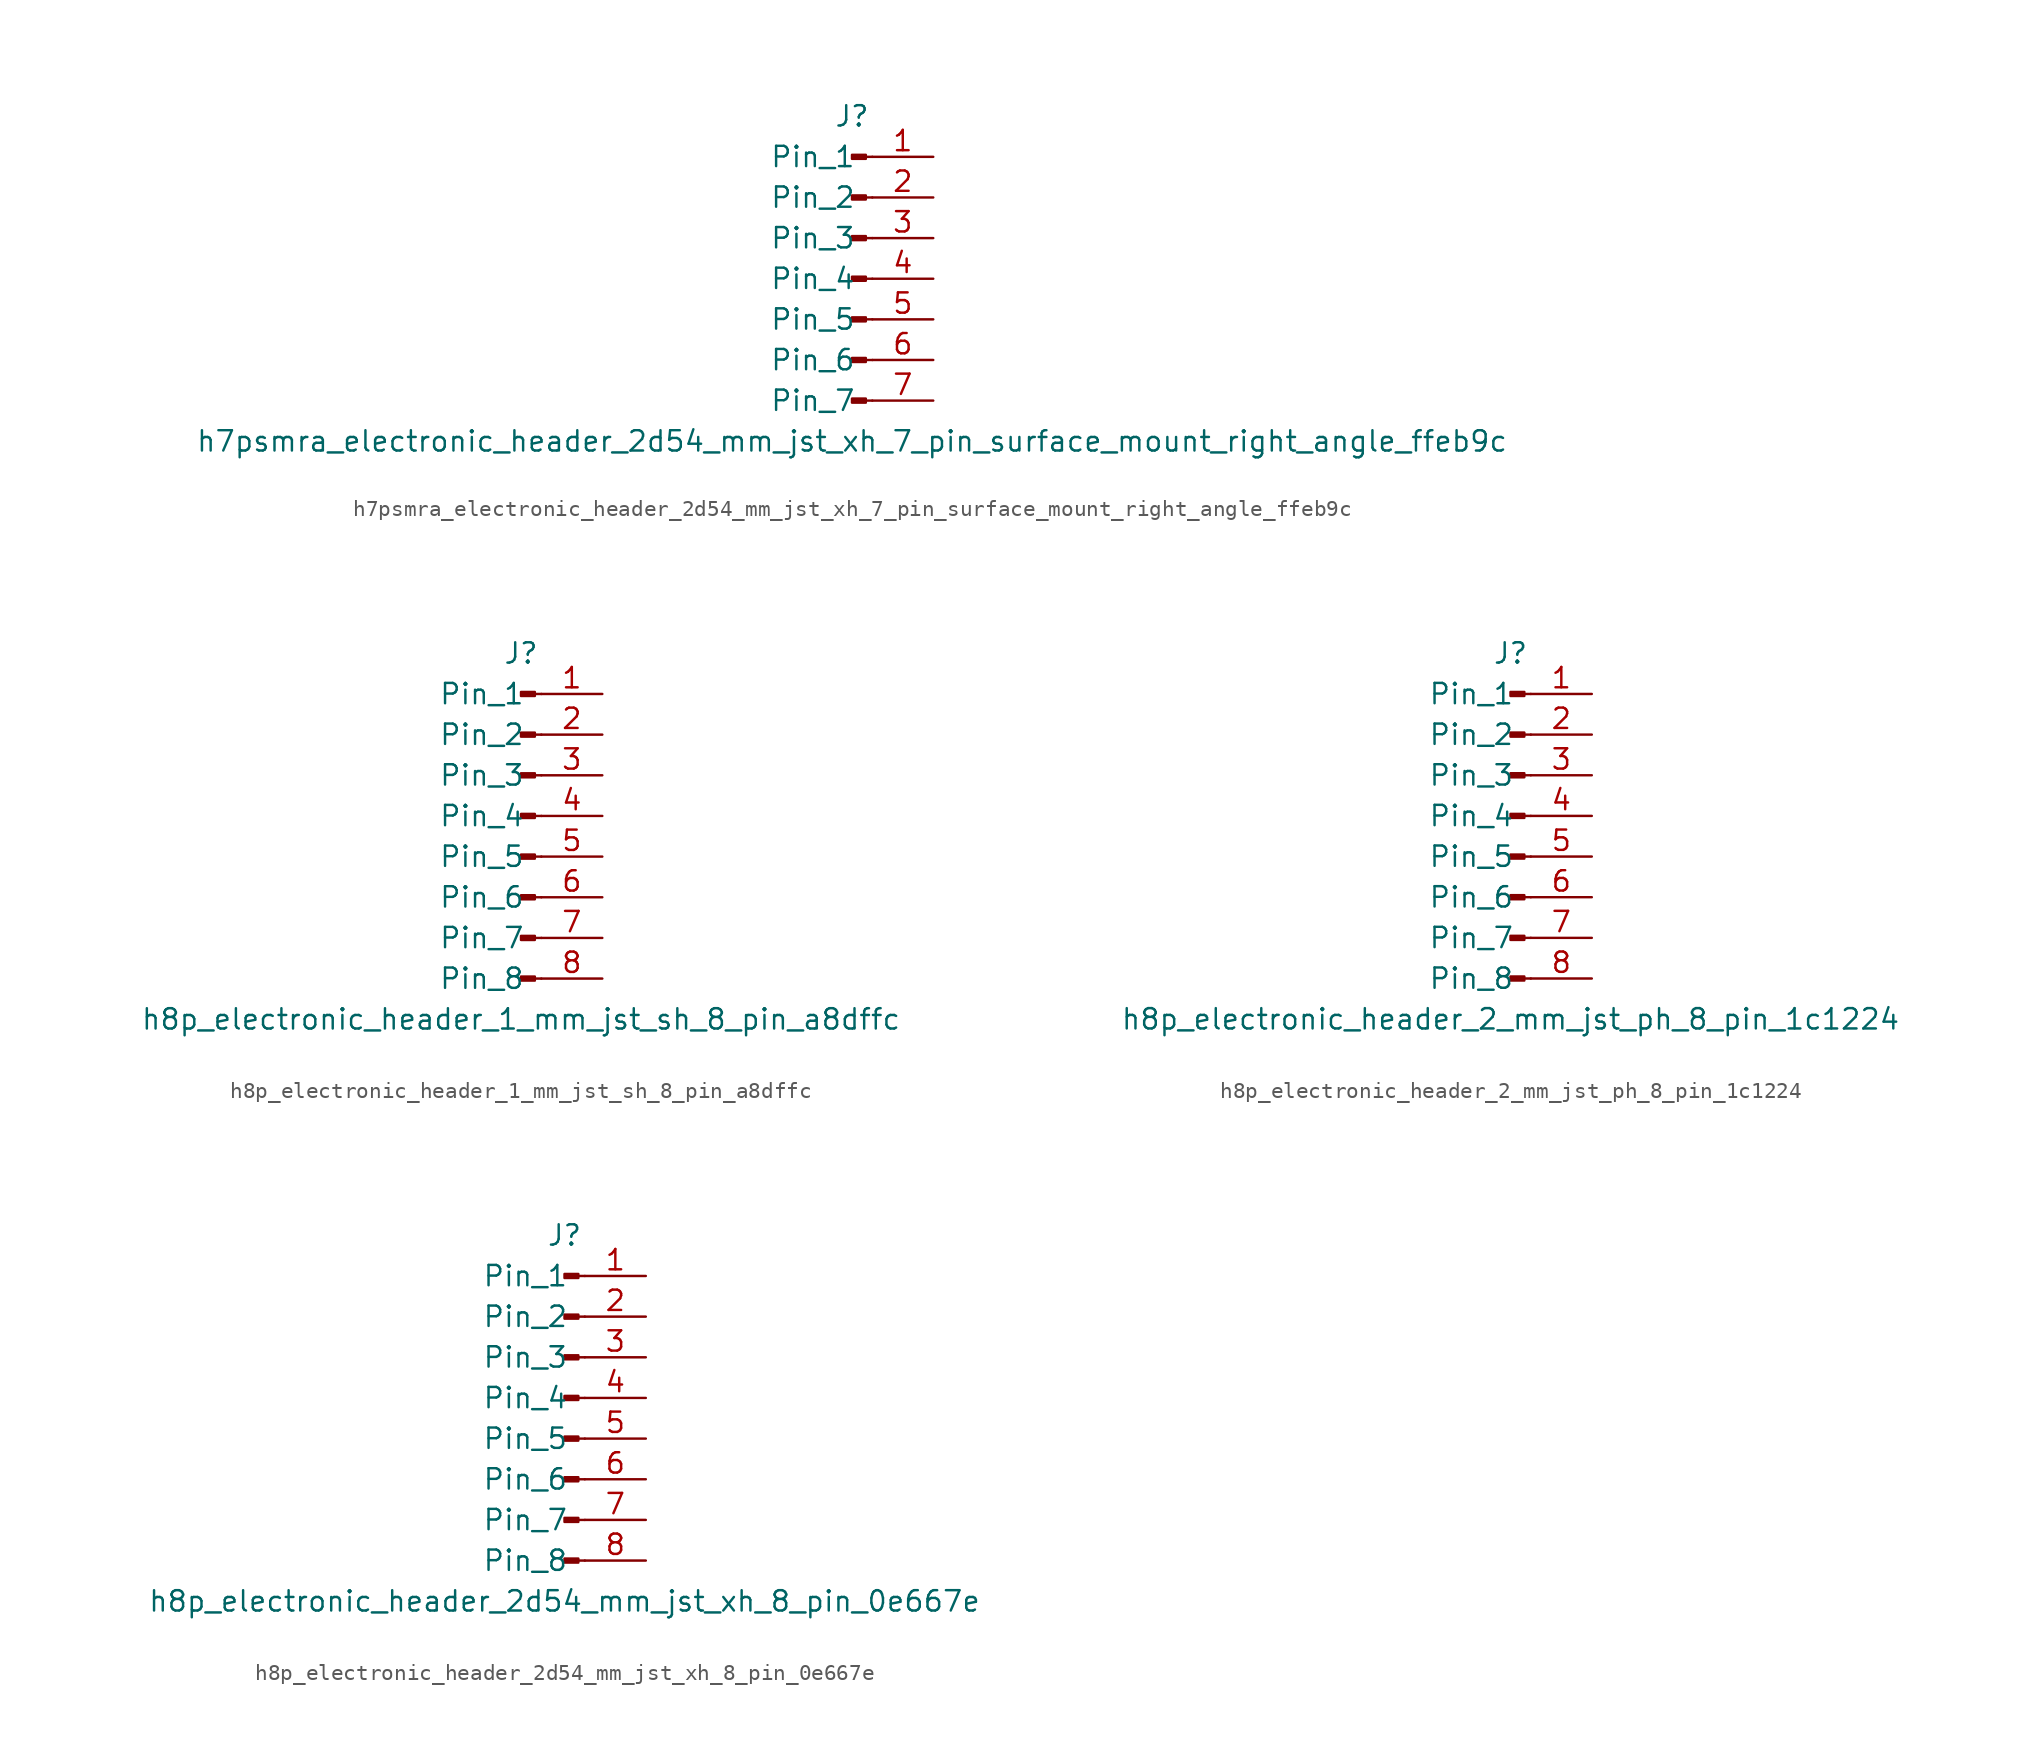
<source format=kicad_sym>
(kicad_symbol_lib
  (version 20220914)
  (generator kicad_symbol_editor)
  (symbol "h7psmra_electronic_header_2d54_mm_jst_xh_7_pin_surface_mount_right_angle_ffeb9c"
    (pin_names
      (offset 1.016))
    (property "Reference" "J"
      (at 0 10.16 0)
      (effects (font (size 1.27 1.27))))
    (property "Value" "h7psmra_electronic_header_2d54_mm_jst_xh_7_pin_surface_mount_right_angle_ffeb9c"
      (at 0 -10.16 0)
      (effects (font (size 1.27 1.27))))
    (property "ki_locked" ""
      (at 0 0 0)
      (effects (font (size 1.27 1.27))))
    (symbol "h7psmra_electronic_header_2d54_mm_jst_xh_7_pin_surface_mount_right_angle_ffeb9c_1_1"
      (polyline (pts (xy 1.27 -7.62) (xy 0.864 -7.62)) (stroke (width 0.152) (type default)) (fill (type none)))
      (polyline (pts (xy 1.27 -5.08) (xy 0.864 -5.08)) (stroke (width 0.152) (type default)) (fill (type none)))
      (polyline (pts (xy 1.27 -2.54) (xy 0.864 -2.54)) (stroke (width 0.152) (type default)) (fill (type none)))
      (polyline (pts (xy 1.27 0) (xy 0.864 0)) (stroke (width 0.152) (type default)) (fill (type none)))
      (polyline (pts (xy 1.27 2.54) (xy 0.864 2.54)) (stroke (width 0.152) (type default)) (fill (type none)))
      (polyline (pts (xy 1.27 5.08) (xy 0.864 5.08)) (stroke (width 0.152) (type default)) (fill (type none)))
      (polyline (pts (xy 1.27 7.62) (xy 0.864 7.62)) (stroke (width 0.152) (type default)) (fill (type none)))
      (rectangle (start 0.864 -7.493) (end 0 -7.747) (stroke (width 0.152) (type default)) (fill (type outline)))
      (rectangle (start 0.864 -4.953) (end 0 -5.207) (stroke (width 0.152) (type default)) (fill (type outline)))
      (rectangle (start 0.864 -2.413) (end 0 -2.667) (stroke (width 0.152) (type default)) (fill (type outline)))
      (rectangle (start 0.864 0.127) (end 0 -0.127) (stroke (width 0.152) (type default)) (fill (type outline)))
      (rectangle (start 0.864 2.667) (end 0 2.413) (stroke (width 0.152) (type default)) (fill (type outline)))
      (rectangle (start 0.864 5.207) (end 0 4.953) (stroke (width 0.152) (type default)) (fill (type outline)))
      (rectangle (start 0.864 7.747) (end 0 7.493) (stroke (width 0.152) (type default)) (fill (type outline)))
      (pin passive line (at 5.08 7.62 180) (length 3.81) (name "Pin_1" (effects (font (size 1.27 1.27)))) (number "1" (effects (font (size 1.27 1.27)))))
      (pin passive line (at 5.08 5.08 180) (length 3.81) (name "Pin_2" (effects (font (size 1.27 1.27)))) (number "2" (effects (font (size 1.27 1.27)))))
      (pin passive line (at 5.08 2.54 180) (length 3.81) (name "Pin_3" (effects (font (size 1.27 1.27)))) (number "3" (effects (font (size 1.27 1.27)))))
      (pin passive line (at 5.08 0 180) (length 3.81) (name "Pin_4" (effects (font (size 1.27 1.27)))) (number "4" (effects (font (size 1.27 1.27)))))
      (pin passive line (at 5.08 -2.54 180) (length 3.81) (name "Pin_5" (effects (font (size 1.27 1.27)))) (number "5" (effects (font (size 1.27 1.27)))))
      (pin passive line (at 5.08 -5.08 180) (length 3.81) (name "Pin_6" (effects (font (size 1.27 1.27)))) (number "6" (effects (font (size 1.27 1.27)))))
      (pin passive line (at 5.08 -7.62 180) (length 3.81) (name "Pin_7" (effects (font (size 1.27 1.27)))) (number "7" (effects (font (size 1.27 1.27)))))))
  (symbol "h8p_electronic_header_1_mm_jst_sh_8_pin_a8dffc"
    (pin_names
      (offset 1.016))
    (property "Reference" "J"
      (at 0 10.16 0)
      (effects (font (size 1.27 1.27))))
    (property "Value" "h8p_electronic_header_1_mm_jst_sh_8_pin_a8dffc"
      (at 0 -12.7 0)
      (effects (font (size 1.27 1.27))))
    (property "ki_locked" ""
      (at 0 0 0)
      (effects (font (size 1.27 1.27))))
    (symbol "h8p_electronic_header_1_mm_jst_sh_8_pin_a8dffc_1_1"
      (polyline (pts (xy 1.27 -10.16) (xy 0.864 -10.16)) (stroke (width 0.152) (type default)) (fill (type none)))
      (polyline (pts (xy 1.27 -7.62) (xy 0.864 -7.62)) (stroke (width 0.152) (type default)) (fill (type none)))
      (polyline (pts (xy 1.27 -5.08) (xy 0.864 -5.08)) (stroke (width 0.152) (type default)) (fill (type none)))
      (polyline (pts (xy 1.27 -2.54) (xy 0.864 -2.54)) (stroke (width 0.152) (type default)) (fill (type none)))
      (polyline (pts (xy 1.27 0) (xy 0.864 0)) (stroke (width 0.152) (type default)) (fill (type none)))
      (polyline (pts (xy 1.27 2.54) (xy 0.864 2.54)) (stroke (width 0.152) (type default)) (fill (type none)))
      (polyline (pts (xy 1.27 5.08) (xy 0.864 5.08)) (stroke (width 0.152) (type default)) (fill (type none)))
      (polyline (pts (xy 1.27 7.62) (xy 0.864 7.62)) (stroke (width 0.152) (type default)) (fill (type none)))
      (rectangle (start 0.864 -10.033) (end 0 -10.287) (stroke (width 0.152) (type default)) (fill (type outline)))
      (rectangle (start 0.864 -7.493) (end 0 -7.747) (stroke (width 0.152) (type default)) (fill (type outline)))
      (rectangle (start 0.864 -4.953) (end 0 -5.207) (stroke (width 0.152) (type default)) (fill (type outline)))
      (rectangle (start 0.864 -2.413) (end 0 -2.667) (stroke (width 0.152) (type default)) (fill (type outline)))
      (rectangle (start 0.864 0.127) (end 0 -0.127) (stroke (width 0.152) (type default)) (fill (type outline)))
      (rectangle (start 0.864 2.667) (end 0 2.413) (stroke (width 0.152) (type default)) (fill (type outline)))
      (rectangle (start 0.864 5.207) (end 0 4.953) (stroke (width 0.152) (type default)) (fill (type outline)))
      (rectangle (start 0.864 7.747) (end 0 7.493) (stroke (width 0.152) (type default)) (fill (type outline)))
      (pin passive line (at 5.08 7.62 180) (length 3.81) (name "Pin_1" (effects (font (size 1.27 1.27)))) (number "1" (effects (font (size 1.27 1.27)))))
      (pin passive line (at 5.08 5.08 180) (length 3.81) (name "Pin_2" (effects (font (size 1.27 1.27)))) (number "2" (effects (font (size 1.27 1.27)))))
      (pin passive line (at 5.08 2.54 180) (length 3.81) (name "Pin_3" (effects (font (size 1.27 1.27)))) (number "3" (effects (font (size 1.27 1.27)))))
      (pin passive line (at 5.08 0 180) (length 3.81) (name "Pin_4" (effects (font (size 1.27 1.27)))) (number "4" (effects (font (size 1.27 1.27)))))
      (pin passive line (at 5.08 -2.54 180) (length 3.81) (name "Pin_5" (effects (font (size 1.27 1.27)))) (number "5" (effects (font (size 1.27 1.27)))))
      (pin passive line (at 5.08 -5.08 180) (length 3.81) (name "Pin_6" (effects (font (size 1.27 1.27)))) (number "6" (effects (font (size 1.27 1.27)))))
      (pin passive line (at 5.08 -7.62 180) (length 3.81) (name "Pin_7" (effects (font (size 1.27 1.27)))) (number "7" (effects (font (size 1.27 1.27)))))
      (pin passive line (at 5.08 -10.16 180) (length 3.81) (name "Pin_8" (effects (font (size 1.27 1.27)))) (number "8" (effects (font (size 1.27 1.27)))))))
  (symbol "h8p_electronic_header_2_mm_jst_ph_8_pin_1c1224"
    (pin_names
      (offset 1.016))
    (property "Reference" "J"
      (at 0 10.16 0)
      (effects (font (size 1.27 1.27))))
    (property "Value" "h8p_electronic_header_2_mm_jst_ph_8_pin_1c1224"
      (at 0 -12.7 0)
      (effects (font (size 1.27 1.27))))
    (property "ki_locked" ""
      (at 0 0 0)
      (effects (font (size 1.27 1.27))))
    (symbol "h8p_electronic_header_2_mm_jst_ph_8_pin_1c1224_1_1"
      (polyline (pts (xy 1.27 -10.16) (xy 0.864 -10.16)) (stroke (width 0.152) (type default)) (fill (type none)))
      (polyline (pts (xy 1.27 -7.62) (xy 0.864 -7.62)) (stroke (width 0.152) (type default)) (fill (type none)))
      (polyline (pts (xy 1.27 -5.08) (xy 0.864 -5.08)) (stroke (width 0.152) (type default)) (fill (type none)))
      (polyline (pts (xy 1.27 -2.54) (xy 0.864 -2.54)) (stroke (width 0.152) (type default)) (fill (type none)))
      (polyline (pts (xy 1.27 0) (xy 0.864 0)) (stroke (width 0.152) (type default)) (fill (type none)))
      (polyline (pts (xy 1.27 2.54) (xy 0.864 2.54)) (stroke (width 0.152) (type default)) (fill (type none)))
      (polyline (pts (xy 1.27 5.08) (xy 0.864 5.08)) (stroke (width 0.152) (type default)) (fill (type none)))
      (polyline (pts (xy 1.27 7.62) (xy 0.864 7.62)) (stroke (width 0.152) (type default)) (fill (type none)))
      (rectangle (start 0.864 -10.033) (end 0 -10.287) (stroke (width 0.152) (type default)) (fill (type outline)))
      (rectangle (start 0.864 -7.493) (end 0 -7.747) (stroke (width 0.152) (type default)) (fill (type outline)))
      (rectangle (start 0.864 -4.953) (end 0 -5.207) (stroke (width 0.152) (type default)) (fill (type outline)))
      (rectangle (start 0.864 -2.413) (end 0 -2.667) (stroke (width 0.152) (type default)) (fill (type outline)))
      (rectangle (start 0.864 0.127) (end 0 -0.127) (stroke (width 0.152) (type default)) (fill (type outline)))
      (rectangle (start 0.864 2.667) (end 0 2.413) (stroke (width 0.152) (type default)) (fill (type outline)))
      (rectangle (start 0.864 5.207) (end 0 4.953) (stroke (width 0.152) (type default)) (fill (type outline)))
      (rectangle (start 0.864 7.747) (end 0 7.493) (stroke (width 0.152) (type default)) (fill (type outline)))
      (pin passive line (at 5.08 7.62 180) (length 3.81) (name "Pin_1" (effects (font (size 1.27 1.27)))) (number "1" (effects (font (size 1.27 1.27)))))
      (pin passive line (at 5.08 5.08 180) (length 3.81) (name "Pin_2" (effects (font (size 1.27 1.27)))) (number "2" (effects (font (size 1.27 1.27)))))
      (pin passive line (at 5.08 2.54 180) (length 3.81) (name "Pin_3" (effects (font (size 1.27 1.27)))) (number "3" (effects (font (size 1.27 1.27)))))
      (pin passive line (at 5.08 0 180) (length 3.81) (name "Pin_4" (effects (font (size 1.27 1.27)))) (number "4" (effects (font (size 1.27 1.27)))))
      (pin passive line (at 5.08 -2.54 180) (length 3.81) (name "Pin_5" (effects (font (size 1.27 1.27)))) (number "5" (effects (font (size 1.27 1.27)))))
      (pin passive line (at 5.08 -5.08 180) (length 3.81) (name "Pin_6" (effects (font (size 1.27 1.27)))) (number "6" (effects (font (size 1.27 1.27)))))
      (pin passive line (at 5.08 -7.62 180) (length 3.81) (name "Pin_7" (effects (font (size 1.27 1.27)))) (number "7" (effects (font (size 1.27 1.27)))))
      (pin passive line (at 5.08 -10.16 180) (length 3.81) (name "Pin_8" (effects (font (size 1.27 1.27)))) (number "8" (effects (font (size 1.27 1.27)))))))
  (symbol "h8p_electronic_header_2d54_mm_jst_xh_8_pin_0e667e"
    (pin_names
      (offset 1.016))
    (property "Reference" "J"
      (at 0 10.16 0)
      (effects (font (size 1.27 1.27))))
    (property "Value" "h8p_electronic_header_2d54_mm_jst_xh_8_pin_0e667e"
      (at 0 -12.7 0)
      (effects (font (size 1.27 1.27))))
    (property "ki_locked" ""
      (at 0 0 0)
      (effects (font (size 1.27 1.27))))
    (symbol "h8p_electronic_header_2d54_mm_jst_xh_8_pin_0e667e_1_1"
      (polyline (pts (xy 1.27 -10.16) (xy 0.864 -10.16)) (stroke (width 0.152) (type default)) (fill (type none)))
      (polyline (pts (xy 1.27 -7.62) (xy 0.864 -7.62)) (stroke (width 0.152) (type default)) (fill (type none)))
      (polyline (pts (xy 1.27 -5.08) (xy 0.864 -5.08)) (stroke (width 0.152) (type default)) (fill (type none)))
      (polyline (pts (xy 1.27 -2.54) (xy 0.864 -2.54)) (stroke (width 0.152) (type default)) (fill (type none)))
      (polyline (pts (xy 1.27 0) (xy 0.864 0)) (stroke (width 0.152) (type default)) (fill (type none)))
      (polyline (pts (xy 1.27 2.54) (xy 0.864 2.54)) (stroke (width 0.152) (type default)) (fill (type none)))
      (polyline (pts (xy 1.27 5.08) (xy 0.864 5.08)) (stroke (width 0.152) (type default)) (fill (type none)))
      (polyline (pts (xy 1.27 7.62) (xy 0.864 7.62)) (stroke (width 0.152) (type default)) (fill (type none)))
      (rectangle (start 0.864 -10.033) (end 0 -10.287) (stroke (width 0.152) (type default)) (fill (type outline)))
      (rectangle (start 0.864 -7.493) (end 0 -7.747) (stroke (width 0.152) (type default)) (fill (type outline)))
      (rectangle (start 0.864 -4.953) (end 0 -5.207) (stroke (width 0.152) (type default)) (fill (type outline)))
      (rectangle (start 0.864 -2.413) (end 0 -2.667) (stroke (width 0.152) (type default)) (fill (type outline)))
      (rectangle (start 0.864 0.127) (end 0 -0.127) (stroke (width 0.152) (type default)) (fill (type outline)))
      (rectangle (start 0.864 2.667) (end 0 2.413) (stroke (width 0.152) (type default)) (fill (type outline)))
      (rectangle (start 0.864 5.207) (end 0 4.953) (stroke (width 0.152) (type default)) (fill (type outline)))
      (rectangle (start 0.864 7.747) (end 0 7.493) (stroke (width 0.152) (type default)) (fill (type outline)))
      (pin passive line (at 5.08 7.62 180) (length 3.81) (name "Pin_1" (effects (font (size 1.27 1.27)))) (number "1" (effects (font (size 1.27 1.27)))))
      (pin passive line (at 5.08 5.08 180) (length 3.81) (name "Pin_2" (effects (font (size 1.27 1.27)))) (number "2" (effects (font (size 1.27 1.27)))))
      (pin passive line (at 5.08 2.54 180) (length 3.81) (name "Pin_3" (effects (font (size 1.27 1.27)))) (number "3" (effects (font (size 1.27 1.27)))))
      (pin passive line (at 5.08 0 180) (length 3.81) (name "Pin_4" (effects (font (size 1.27 1.27)))) (number "4" (effects (font (size 1.27 1.27)))))
      (pin passive line (at 5.08 -2.54 180) (length 3.81) (name "Pin_5" (effects (font (size 1.27 1.27)))) (number "5" (effects (font (size 1.27 1.27)))))
      (pin passive line (at 5.08 -5.08 180) (length 3.81) (name "Pin_6" (effects (font (size 1.27 1.27)))) (number "6" (effects (font (size 1.27 1.27)))))
      (pin passive line (at 5.08 -7.62 180) (length 3.81) (name "Pin_7" (effects (font (size 1.27 1.27)))) (number "7" (effects (font (size 1.27 1.27)))))
      (pin passive line (at 5.08 -10.16 180) (length 3.81) (name "Pin_8" (effects (font (size 1.27 1.27)))) (number "8" (effects (font (size 1.27 1.27))))))))
</source>
